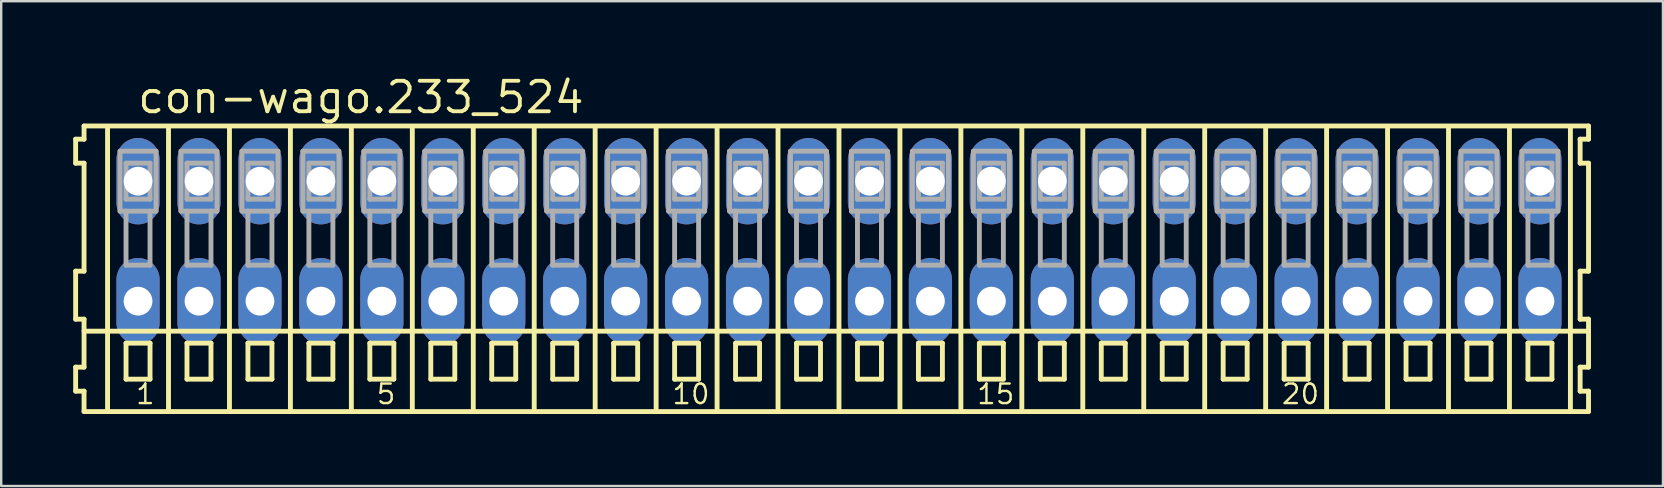
<source format=kicad_pcb>
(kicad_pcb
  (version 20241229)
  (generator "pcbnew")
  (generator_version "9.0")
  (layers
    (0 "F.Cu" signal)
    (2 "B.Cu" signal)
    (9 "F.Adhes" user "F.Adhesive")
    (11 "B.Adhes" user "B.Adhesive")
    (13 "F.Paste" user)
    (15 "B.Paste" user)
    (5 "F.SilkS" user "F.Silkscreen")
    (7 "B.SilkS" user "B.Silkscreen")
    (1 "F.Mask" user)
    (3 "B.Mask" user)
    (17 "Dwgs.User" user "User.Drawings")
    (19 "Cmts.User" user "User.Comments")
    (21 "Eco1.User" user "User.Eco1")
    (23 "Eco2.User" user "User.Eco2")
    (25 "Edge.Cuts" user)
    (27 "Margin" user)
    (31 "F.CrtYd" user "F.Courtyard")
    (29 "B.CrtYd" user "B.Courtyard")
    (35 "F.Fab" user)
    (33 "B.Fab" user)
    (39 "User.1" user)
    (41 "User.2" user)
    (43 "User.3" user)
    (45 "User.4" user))
  (footprint "con-wago.233_524"
    (layer "F.Cu")
    (at 31.912 7)
    (property "Reference" "con-wago.233_524" (at -29.31 -5.25 0) (layer "F.SilkS") (effects (font (size 1.27 1.27) (thickness 0.16)) (justify left bottom)))
    (attr through_hole)
    (fp_line (start -31.81 -4.25) (end -31.81 -3.25) (stroke (width 0.203) (type default)) (layer "F.SilkS"))
    (fp_line (start -31.81 -3.25) (end -31.46 -3.25) (stroke (width 0.203) (type default)) (layer "F.SilkS"))
    (fp_line (start -31.81 1.25) (end -31.81 3.25) (stroke (width 0.203) (type default)) (layer "F.SilkS"))
    (fp_line (start -31.81 3.25) (end -31.46 3.25) (stroke (width 0.203) (type default)) (layer "F.SilkS"))
    (fp_line (start -31.81 5.25) (end -31.81 6.25) (stroke (width 0.203) (type default)) (layer "F.SilkS"))
    (fp_line (start -31.81 6.25) (end -31.46 6.25) (stroke (width 0.203) (type default)) (layer "F.SilkS"))
    (fp_line (start -31.46 -4.8) (end -31.46 -4.25) (stroke (width 0.203) (type default)) (layer "F.SilkS"))
    (fp_line (start -31.46 -4.25) (end -31.81 -4.25) (stroke (width 0.203) (type default)) (layer "F.SilkS"))
    (fp_line (start -31.46 -3.25) (end -31.46 1.25) (stroke (width 0.203) (type default)) (layer "F.SilkS"))
    (fp_line (start -31.46 1.25) (end -31.81 1.25) (stroke (width 0.203) (type default)) (layer "F.SilkS"))
    (fp_line (start -31.46 3.25) (end -31.46 5.25) (stroke (width 0.203) (type default)) (layer "F.SilkS"))
    (fp_line (start -31.46 3.75) (end 31.235 3.75) (stroke (width 0.203) (type default)) (layer "F.SilkS"))
    (fp_line (start -31.46 5.25) (end -31.81 5.25) (stroke (width 0.203) (type default)) (layer "F.SilkS"))
    (fp_line (start -31.46 6.25) (end -31.46 7.1) (stroke (width 0.203) (type default)) (layer "F.SilkS"))
    (fp_line (start -31.46 7.1) (end 31.235 7.1) (stroke (width 0.203) (type default)) (layer "F.SilkS"))
    (fp_line (start -30.48 6.985) (end -30.48 -4.699) (stroke (width 0.203) (type default)) (layer "F.SilkS"))
    (fp_line (start -29.71 4.25) (end -29.71 5.75) (stroke (width 0.203) (type default)) (layer "F.SilkS"))
    (fp_line (start -29.71 5.75) (end -28.71 5.75) (stroke (width 0.203) (type default)) (layer "F.SilkS"))
    (fp_line (start -28.71 4.25) (end -29.71 4.25) (stroke (width 0.203) (type default)) (layer "F.SilkS"))
    (fp_line (start -28.71 5.75) (end -28.71 4.25) (stroke (width 0.203) (type default)) (layer "F.SilkS"))
    (fp_line (start -27.94 6.985) (end -27.94 -4.699) (stroke (width 0.203) (type default)) (layer "F.SilkS"))
    (fp_line (start -27.17 4.25) (end -27.17 5.75) (stroke (width 0.203) (type default)) (layer "F.SilkS"))
    (fp_line (start -27.17 5.75) (end -26.17 5.75) (stroke (width 0.203) (type default)) (layer "F.SilkS"))
    (fp_line (start -26.17 4.25) (end -27.17 4.25) (stroke (width 0.203) (type default)) (layer "F.SilkS"))
    (fp_line (start -26.17 5.75) (end -26.17 4.25) (stroke (width 0.203) (type default)) (layer "F.SilkS"))
    (fp_line (start -25.4 6.985) (end -25.4 -4.699) (stroke (width 0.203) (type default)) (layer "F.SilkS"))
    (fp_line (start -24.63 4.25) (end -24.63 5.75) (stroke (width 0.203) (type default)) (layer "F.SilkS"))
    (fp_line (start -24.63 5.75) (end -23.63 5.75) (stroke (width 0.203) (type default)) (layer "F.SilkS"))
    (fp_line (start -23.63 4.25) (end -24.63 4.25) (stroke (width 0.203) (type default)) (layer "F.SilkS"))
    (fp_line (start -23.63 5.75) (end -23.63 4.25) (stroke (width 0.203) (type default)) (layer "F.SilkS"))
    (fp_line (start -22.86 6.985) (end -22.86 -4.699) (stroke (width 0.203) (type default)) (layer "F.SilkS"))
    (fp_line (start -22.09 4.25) (end -22.09 5.75) (stroke (width 0.203) (type default)) (layer "F.SilkS"))
    (fp_line (start -22.09 5.75) (end -21.09 5.75) (stroke (width 0.203) (type default)) (layer "F.SilkS"))
    (fp_line (start -21.09 4.25) (end -22.09 4.25) (stroke (width 0.203) (type default)) (layer "F.SilkS"))
    (fp_line (start -21.09 5.75) (end -21.09 4.25) (stroke (width 0.203) (type default)) (layer "F.SilkS"))
    (fp_line (start -20.32 6.985) (end -20.32 -4.699) (stroke (width 0.203) (type default)) (layer "F.SilkS"))
    (fp_line (start -19.55 4.25) (end -19.55 5.75) (stroke (width 0.203) (type default)) (layer "F.SilkS"))
    (fp_line (start -19.55 5.75) (end -18.55 5.75) (stroke (width 0.203) (type default)) (layer "F.SilkS"))
    (fp_line (start -18.55 4.25) (end -19.55 4.25) (stroke (width 0.203) (type default)) (layer "F.SilkS"))
    (fp_line (start -18.55 5.75) (end -18.55 4.25) (stroke (width 0.203) (type default)) (layer "F.SilkS"))
    (fp_line (start -17.78 6.985) (end -17.78 -4.699) (stroke (width 0.203) (type default)) (layer "F.SilkS"))
    (fp_line (start -17.01 4.25) (end -17.01 5.75) (stroke (width 0.203) (type default)) (layer "F.SilkS"))
    (fp_line (start -17.01 5.75) (end -16.01 5.75) (stroke (width 0.203) (type default)) (layer "F.SilkS"))
    (fp_line (start -16.01 4.25) (end -17.01 4.25) (stroke (width 0.203) (type default)) (layer "F.SilkS"))
    (fp_line (start -16.01 5.75) (end -16.01 4.25) (stroke (width 0.203) (type default)) (layer "F.SilkS"))
    (fp_line (start -15.24 6.985) (end -15.24 -4.699) (stroke (width 0.203) (type default)) (layer "F.SilkS"))
    (fp_line (start -14.47 4.25) (end -14.47 5.75) (stroke (width 0.203) (type default)) (layer "F.SilkS"))
    (fp_line (start -14.47 5.75) (end -13.47 5.75) (stroke (width 0.203) (type default)) (layer "F.SilkS"))
    (fp_line (start -13.47 4.25) (end -14.47 4.25) (stroke (width 0.203) (type default)) (layer "F.SilkS"))
    (fp_line (start -13.47 5.75) (end -13.47 4.25) (stroke (width 0.203) (type default)) (layer "F.SilkS"))
    (fp_line (start -12.7 6.985) (end -12.7 -4.699) (stroke (width 0.203) (type default)) (layer "F.SilkS"))
    (fp_line (start -11.93 4.25) (end -11.93 5.75) (stroke (width 0.203) (type default)) (layer "F.SilkS"))
    (fp_line (start -11.93 5.75) (end -10.93 5.75) (stroke (width 0.203) (type default)) (layer "F.SilkS"))
    (fp_line (start -10.93 4.25) (end -11.93 4.25) (stroke (width 0.203) (type default)) (layer "F.SilkS"))
    (fp_line (start -10.93 5.75) (end -10.93 4.25) (stroke (width 0.203) (type default)) (layer "F.SilkS"))
    (fp_line (start -10.16 6.985) (end -10.16 -4.699) (stroke (width 0.203) (type default)) (layer "F.SilkS"))
    (fp_line (start -9.39 4.25) (end -9.39 5.75) (stroke (width 0.203) (type default)) (layer "F.SilkS"))
    (fp_line (start -9.39 5.75) (end -8.39 5.75) (stroke (width 0.203) (type default)) (layer "F.SilkS"))
    (fp_line (start -8.39 4.25) (end -9.39 4.25) (stroke (width 0.203) (type default)) (layer "F.SilkS"))
    (fp_line (start -8.39 5.75) (end -8.39 4.25) (stroke (width 0.203) (type default)) (layer "F.SilkS"))
    (fp_line (start -7.62 6.985) (end -7.62 -4.699) (stroke (width 0.203) (type default)) (layer "F.SilkS"))
    (fp_line (start -6.85 4.25) (end -6.85 5.75) (stroke (width 0.203) (type default)) (layer "F.SilkS"))
    (fp_line (start -6.85 5.75) (end -5.85 5.75) (stroke (width 0.203) (type default)) (layer "F.SilkS"))
    (fp_line (start -5.85 4.25) (end -6.85 4.25) (stroke (width 0.203) (type default)) (layer "F.SilkS"))
    (fp_line (start -5.85 5.75) (end -5.85 4.25) (stroke (width 0.203) (type default)) (layer "F.SilkS"))
    (fp_line (start -5.08 6.985) (end -5.08 -4.699) (stroke (width 0.203) (type default)) (layer "F.SilkS"))
    (fp_line (start -4.31 4.25) (end -4.31 5.75) (stroke (width 0.203) (type default)) (layer "F.SilkS"))
    (fp_line (start -4.31 5.75) (end -3.31 5.75) (stroke (width 0.203) (type default)) (layer "F.SilkS"))
    (fp_line (start -3.31 4.25) (end -4.31 4.25) (stroke (width 0.203) (type default)) (layer "F.SilkS"))
    (fp_line (start -3.31 5.75) (end -3.31 4.25) (stroke (width 0.203) (type default)) (layer "F.SilkS"))
    (fp_line (start -2.54 6.985) (end -2.54 -4.699) (stroke (width 0.203) (type default)) (layer "F.SilkS"))
    (fp_line (start -1.77 4.25) (end -1.77 5.75) (stroke (width 0.203) (type default)) (layer "F.SilkS"))
    (fp_line (start -1.77 5.75) (end -0.77 5.75) (stroke (width 0.203) (type default)) (layer "F.SilkS"))
    (fp_line (start -0.77 4.25) (end -1.77 4.25) (stroke (width 0.203) (type default)) (layer "F.SilkS"))
    (fp_line (start -0.77 5.75) (end -0.77 4.25) (stroke (width 0.203) (type default)) (layer "F.SilkS"))
    (fp_line (start 0 6.985) (end 0 -4.699) (stroke (width 0.203) (type default)) (layer "F.SilkS"))
    (fp_line (start 0.77 4.25) (end 0.77 5.75) (stroke (width 0.203) (type default)) (layer "F.SilkS"))
    (fp_line (start 0.77 5.75) (end 1.77 5.75) (stroke (width 0.203) (type default)) (layer "F.SilkS"))
    (fp_line (start 1.77 4.25) (end 0.77 4.25) (stroke (width 0.203) (type default)) (layer "F.SilkS"))
    (fp_line (start 1.77 5.75) (end 1.77 4.25) (stroke (width 0.203) (type default)) (layer "F.SilkS"))
    (fp_line (start 2.54 6.985) (end 2.54 -4.699) (stroke (width 0.203) (type default)) (layer "F.SilkS"))
    (fp_line (start 3.31 4.25) (end 3.31 5.75) (stroke (width 0.203) (type default)) (layer "F.SilkS"))
    (fp_line (start 3.31 5.75) (end 4.31 5.75) (stroke (width 0.203) (type default)) (layer "F.SilkS"))
    (fp_line (start 4.31 4.25) (end 3.31 4.25) (stroke (width 0.203) (type default)) (layer "F.SilkS"))
    (fp_line (start 4.31 5.75) (end 4.31 4.25) (stroke (width 0.203) (type default)) (layer "F.SilkS"))
    (fp_line (start 5.08 6.985) (end 5.08 -4.699) (stroke (width 0.203) (type default)) (layer "F.SilkS"))
    (fp_line (start 5.85 4.25) (end 5.85 5.75) (stroke (width 0.203) (type default)) (layer "F.SilkS"))
    (fp_line (start 5.85 5.75) (end 6.85 5.75) (stroke (width 0.203) (type default)) (layer "F.SilkS"))
    (fp_line (start 6.85 4.25) (end 5.85 4.25) (stroke (width 0.203) (type default)) (layer "F.SilkS"))
    (fp_line (start 6.85 5.75) (end 6.85 4.25) (stroke (width 0.203) (type default)) (layer "F.SilkS"))
    (fp_line (start 7.62 6.985) (end 7.62 -4.699) (stroke (width 0.203) (type default)) (layer "F.SilkS"))
    (fp_line (start 8.39 4.25) (end 8.39 5.75) (stroke (width 0.203) (type default)) (layer "F.SilkS"))
    (fp_line (start 8.39 5.75) (end 9.39 5.75) (stroke (width 0.203) (type default)) (layer "F.SilkS"))
    (fp_line (start 9.39 4.25) (end 8.39 4.25) (stroke (width 0.203) (type default)) (layer "F.SilkS"))
    (fp_line (start 9.39 5.75) (end 9.39 4.25) (stroke (width 0.203) (type default)) (layer "F.SilkS"))
    (fp_line (start 10.16 6.985) (end 10.16 -4.699) (stroke (width 0.203) (type default)) (layer "F.SilkS"))
    (fp_line (start 10.93 4.25) (end 10.93 5.75) (stroke (width 0.203) (type default)) (layer "F.SilkS"))
    (fp_line (start 10.93 5.75) (end 11.93 5.75) (stroke (width 0.203) (type default)) (layer "F.SilkS"))
    (fp_line (start 11.93 4.25) (end 10.93 4.25) (stroke (width 0.203) (type default)) (layer "F.SilkS"))
    (fp_line (start 11.93 5.75) (end 11.93 4.25) (stroke (width 0.203) (type default)) (layer "F.SilkS"))
    (fp_line (start 12.7 6.985) (end 12.7 -4.699) (stroke (width 0.203) (type default)) (layer "F.SilkS"))
    (fp_line (start 13.47 4.25) (end 13.47 5.75) (stroke (width 0.203) (type default)) (layer "F.SilkS"))
    (fp_line (start 13.47 5.75) (end 14.47 5.75) (stroke (width 0.203) (type default)) (layer "F.SilkS"))
    (fp_line (start 14.47 4.25) (end 13.47 4.25) (stroke (width 0.203) (type default)) (layer "F.SilkS"))
    (fp_line (start 14.47 5.75) (end 14.47 4.25) (stroke (width 0.203) (type default)) (layer "F.SilkS"))
    (fp_line (start 15.24 6.985) (end 15.24 -4.699) (stroke (width 0.203) (type default)) (layer "F.SilkS"))
    (fp_line (start 16.01 4.25) (end 16.01 5.75) (stroke (width 0.203) (type default)) (layer "F.SilkS"))
    (fp_line (start 16.01 5.75) (end 17.01 5.75) (stroke (width 0.203) (type default)) (layer "F.SilkS"))
    (fp_line (start 17.01 4.25) (end 16.01 4.25) (stroke (width 0.203) (type default)) (layer "F.SilkS"))
    (fp_line (start 17.01 5.75) (end 17.01 4.25) (stroke (width 0.203) (type default)) (layer "F.SilkS"))
    (fp_line (start 17.78 6.985) (end 17.78 -4.699) (stroke (width 0.203) (type default)) (layer "F.SilkS"))
    (fp_line (start 18.55 4.25) (end 18.55 5.75) (stroke (width 0.203) (type default)) (layer "F.SilkS"))
    (fp_line (start 18.55 5.75) (end 19.55 5.75) (stroke (width 0.203) (type default)) (layer "F.SilkS"))
    (fp_line (start 19.55 4.25) (end 18.55 4.25) (stroke (width 0.203) (type default)) (layer "F.SilkS"))
    (fp_line (start 19.55 5.75) (end 19.55 4.25) (stroke (width 0.203) (type default)) (layer "F.SilkS"))
    (fp_line (start 20.32 6.985) (end 20.32 -4.699) (stroke (width 0.203) (type default)) (layer "F.SilkS"))
    (fp_line (start 21.09 4.25) (end 21.09 5.75) (stroke (width 0.203) (type default)) (layer "F.SilkS"))
    (fp_line (start 21.09 5.75) (end 22.09 5.75) (stroke (width 0.203) (type default)) (layer "F.SilkS"))
    (fp_line (start 22.09 4.25) (end 21.09 4.25) (stroke (width 0.203) (type default)) (layer "F.SilkS"))
    (fp_line (start 22.09 5.75) (end 22.09 4.25) (stroke (width 0.203) (type default)) (layer "F.SilkS"))
    (fp_line (start 22.86 6.985) (end 22.86 -4.699) (stroke (width 0.203) (type default)) (layer "F.SilkS"))
    (fp_line (start 23.63 4.25) (end 23.63 5.75) (stroke (width 0.203) (type default)) (layer "F.SilkS"))
    (fp_line (start 23.63 5.75) (end 24.63 5.75) (stroke (width 0.203) (type default)) (layer "F.SilkS"))
    (fp_line (start 24.63 4.25) (end 23.63 4.25) (stroke (width 0.203) (type default)) (layer "F.SilkS"))
    (fp_line (start 24.63 5.75) (end 24.63 4.25) (stroke (width 0.203) (type default)) (layer "F.SilkS"))
    (fp_line (start 25.4 6.985) (end 25.4 -4.699) (stroke (width 0.203) (type default)) (layer "F.SilkS"))
    (fp_line (start 26.17 4.25) (end 26.17 5.75) (stroke (width 0.203) (type default)) (layer "F.SilkS"))
    (fp_line (start 26.17 5.75) (end 27.17 5.75) (stroke (width 0.203) (type default)) (layer "F.SilkS"))
    (fp_line (start 27.17 4.25) (end 26.17 4.25) (stroke (width 0.203) (type default)) (layer "F.SilkS"))
    (fp_line (start 27.17 5.75) (end 27.17 4.25) (stroke (width 0.203) (type default)) (layer "F.SilkS"))
    (fp_line (start 27.94 6.985) (end 27.94 -4.699) (stroke (width 0.203) (type default)) (layer "F.SilkS"))
    (fp_line (start 28.71 4.25) (end 28.71 5.75) (stroke (width 0.203) (type default)) (layer "F.SilkS"))
    (fp_line (start 28.71 5.75) (end 29.71 5.75) (stroke (width 0.203) (type default)) (layer "F.SilkS"))
    (fp_line (start 29.71 4.25) (end 28.71 4.25) (stroke (width 0.203) (type default)) (layer "F.SilkS"))
    (fp_line (start 29.71 5.75) (end 29.71 4.25) (stroke (width 0.203) (type default)) (layer "F.SilkS"))
    (fp_line (start 30.48 6.985) (end 30.48 -4.699) (stroke (width 0.203) (type default)) (layer "F.SilkS"))
    (fp_line (start 30.885 -4.25) (end 30.885 -3.25) (stroke (width 0.203) (type default)) (layer "F.SilkS"))
    (fp_line (start 30.885 -3.25) (end 31.235 -3.25) (stroke (width 0.203) (type default)) (layer "F.SilkS"))
    (fp_line (start 30.885 1.25) (end 30.885 3.25) (stroke (width 0.203) (type default)) (layer "F.SilkS"))
    (fp_line (start 30.885 3.25) (end 31.235 3.25) (stroke (width 0.203) (type default)) (layer "F.SilkS"))
    (fp_line (start 30.885 5.25) (end 30.885 6.25) (stroke (width 0.203) (type default)) (layer "F.SilkS"))
    (fp_line (start 30.885 6.25) (end 31.235 6.25) (stroke (width 0.203) (type default)) (layer "F.SilkS"))
    (fp_line (start 31.235 -4.8) (end -31.46 -4.8) (stroke (width 0.203) (type default)) (layer "F.SilkS"))
    (fp_line (start 31.235 -4.25) (end 30.885 -4.25) (stroke (width 0.203) (type default)) (layer "F.SilkS"))
    (fp_line (start 31.235 -4.25) (end 31.235 -4.8) (stroke (width 0.203) (type default)) (layer "F.SilkS"))
    (fp_line (start 31.235 1.25) (end 30.885 1.25) (stroke (width 0.203) (type default)) (layer "F.SilkS"))
    (fp_line (start 31.235 1.25) (end 31.235 -3.25) (stroke (width 0.203) (type default)) (layer "F.SilkS"))
    (fp_line (start 31.235 3.75) (end 31.235 3.25) (stroke (width 0.203) (type default)) (layer "F.SilkS"))
    (fp_line (start 31.235 5.25) (end 30.885 5.25) (stroke (width 0.203) (type default)) (layer "F.SilkS"))
    (fp_line (start 31.235 5.25) (end 31.235 3.75) (stroke (width 0.203) (type default)) (layer "F.SilkS"))
    (fp_line (start 31.235 7.1) (end 31.235 6.25) (stroke (width 0.203) (type default)) (layer "F.SilkS"))
    (fp_line (start -29.96 -3.75) (end -29.96 -1.25) (stroke (width 0.203) (type default)) (layer "F.Fab"))
    (fp_line (start -29.96 -1.25) (end -29.71 -1.25) (stroke (width 0.203) (type default)) (layer "F.Fab"))
    (fp_line (start -29.71 -3.25) (end -29.71 -1.75) (stroke (width 0.203) (type default)) (layer "F.Fab"))
    (fp_line (start -29.71 -1.75) (end -28.71 -1.75) (stroke (width 0.203) (type default)) (layer "F.Fab"))
    (fp_line (start -29.71 -1.25) (end -29.71 1) (stroke (width 0.203) (type default)) (layer "F.Fab"))
    (fp_line (start -29.71 -1.25) (end -28.71 -1.25) (stroke (width 0.203) (type default)) (layer "F.Fab"))
    (fp_line (start -29.71 1) (end -28.71 1) (stroke (width 0.203) (type default)) (layer "F.Fab"))
    (fp_line (start -28.71 -3.25) (end -29.71 -3.25) (stroke (width 0.203) (type default)) (layer "F.Fab"))
    (fp_line (start -28.71 -1.75) (end -28.71 -3.25) (stroke (width 0.203) (type default)) (layer "F.Fab"))
    (fp_line (start -28.71 -1.25) (end -28.46 -1.25) (stroke (width 0.203) (type default)) (layer "F.Fab"))
    (fp_line (start -28.71 1) (end -28.71 -1.25) (stroke (width 0.203) (type default)) (layer "F.Fab"))
    (fp_line (start -28.46 -3.75) (end -29.96 -3.75) (stroke (width 0.203) (type default)) (layer "F.Fab"))
    (fp_line (start -28.46 -1.25) (end -28.46 -3.75) (stroke (width 0.203) (type default)) (layer "F.Fab"))
    (fp_line (start -27.42 -3.75) (end -27.42 -1.25) (stroke (width 0.203) (type default)) (layer "F.Fab"))
    (fp_line (start -27.42 -1.25) (end -27.17 -1.25) (stroke (width 0.203) (type default)) (layer "F.Fab"))
    (fp_line (start -27.17 -3.25) (end -27.17 -1.75) (stroke (width 0.203) (type default)) (layer "F.Fab"))
    (fp_line (start -27.17 -1.75) (end -26.17 -1.75) (stroke (width 0.203) (type default)) (layer "F.Fab"))
    (fp_line (start -27.17 -1.25) (end -27.17 1) (stroke (width 0.203) (type default)) (layer "F.Fab"))
    (fp_line (start -27.17 -1.25) (end -26.17 -1.25) (stroke (width 0.203) (type default)) (layer "F.Fab"))
    (fp_line (start -27.17 1) (end -26.17 1) (stroke (width 0.203) (type default)) (layer "F.Fab"))
    (fp_line (start -26.17 -3.25) (end -27.17 -3.25) (stroke (width 0.203) (type default)) (layer "F.Fab"))
    (fp_line (start -26.17 -1.75) (end -26.17 -3.25) (stroke (width 0.203) (type default)) (layer "F.Fab"))
    (fp_line (start -26.17 -1.25) (end -25.92 -1.25) (stroke (width 0.203) (type default)) (layer "F.Fab"))
    (fp_line (start -26.17 1) (end -26.17 -1.25) (stroke (width 0.203) (type default)) (layer "F.Fab"))
    (fp_line (start -25.92 -3.75) (end -27.42 -3.75) (stroke (width 0.203) (type default)) (layer "F.Fab"))
    (fp_line (start -25.92 -1.25) (end -25.92 -3.75) (stroke (width 0.203) (type default)) (layer "F.Fab"))
    (fp_line (start -24.88 -3.75) (end -24.88 -1.25) (stroke (width 0.203) (type default)) (layer "F.Fab"))
    (fp_line (start -24.88 -1.25) (end -24.63 -1.25) (stroke (width 0.203) (type default)) (layer "F.Fab"))
    (fp_line (start -24.63 -3.25) (end -24.63 -1.75) (stroke (width 0.203) (type default)) (layer "F.Fab"))
    (fp_line (start -24.63 -1.75) (end -23.63 -1.75) (stroke (width 0.203) (type default)) (layer "F.Fab"))
    (fp_line (start -24.63 -1.25) (end -24.63 1) (stroke (width 0.203) (type default)) (layer "F.Fab"))
    (fp_line (start -24.63 -1.25) (end -23.63 -1.25) (stroke (width 0.203) (type default)) (layer "F.Fab"))
    (fp_line (start -24.63 1) (end -23.63 1) (stroke (width 0.203) (type default)) (layer "F.Fab"))
    (fp_line (start -23.63 -3.25) (end -24.63 -3.25) (stroke (width 0.203) (type default)) (layer "F.Fab"))
    (fp_line (start -23.63 -1.75) (end -23.63 -3.25) (stroke (width 0.203) (type default)) (layer "F.Fab"))
    (fp_line (start -23.63 -1.25) (end -23.38 -1.25) (stroke (width 0.203) (type default)) (layer "F.Fab"))
    (fp_line (start -23.63 1) (end -23.63 -1.25) (stroke (width 0.203) (type default)) (layer "F.Fab"))
    (fp_line (start -23.38 -3.75) (end -24.88 -3.75) (stroke (width 0.203) (type default)) (layer "F.Fab"))
    (fp_line (start -23.38 -1.25) (end -23.38 -3.75) (stroke (width 0.203) (type default)) (layer "F.Fab"))
    (fp_line (start -22.34 -3.75) (end -22.34 -1.25) (stroke (width 0.203) (type default)) (layer "F.Fab"))
    (fp_line (start -22.34 -1.25) (end -22.09 -1.25) (stroke (width 0.203) (type default)) (layer "F.Fab"))
    (fp_line (start -22.09 -3.25) (end -22.09 -1.75) (stroke (width 0.203) (type default)) (layer "F.Fab"))
    (fp_line (start -22.09 -1.75) (end -21.09 -1.75) (stroke (width 0.203) (type default)) (layer "F.Fab"))
    (fp_line (start -22.09 -1.25) (end -22.09 1) (stroke (width 0.203) (type default)) (layer "F.Fab"))
    (fp_line (start -22.09 -1.25) (end -21.09 -1.25) (stroke (width 0.203) (type default)) (layer "F.Fab"))
    (fp_line (start -22.09 1) (end -21.09 1) (stroke (width 0.203) (type default)) (layer "F.Fab"))
    (fp_line (start -21.09 -3.25) (end -22.09 -3.25) (stroke (width 0.203) (type default)) (layer "F.Fab"))
    (fp_line (start -21.09 -1.75) (end -21.09 -3.25) (stroke (width 0.203) (type default)) (layer "F.Fab"))
    (fp_line (start -21.09 -1.25) (end -20.84 -1.25) (stroke (width 0.203) (type default)) (layer "F.Fab"))
    (fp_line (start -21.09 1) (end -21.09 -1.25) (stroke (width 0.203) (type default)) (layer "F.Fab"))
    (fp_line (start -20.84 -3.75) (end -22.34 -3.75) (stroke (width 0.203) (type default)) (layer "F.Fab"))
    (fp_line (start -20.84 -1.25) (end -20.84 -3.75) (stroke (width 0.203) (type default)) (layer "F.Fab"))
    (fp_line (start -19.8 -3.75) (end -19.8 -1.25) (stroke (width 0.203) (type default)) (layer "F.Fab"))
    (fp_line (start -19.8 -1.25) (end -19.55 -1.25) (stroke (width 0.203) (type default)) (layer "F.Fab"))
    (fp_line (start -19.55 -3.25) (end -19.55 -1.75) (stroke (width 0.203) (type default)) (layer "F.Fab"))
    (fp_line (start -19.55 -1.75) (end -18.55 -1.75) (stroke (width 0.203) (type default)) (layer "F.Fab"))
    (fp_line (start -19.55 -1.25) (end -19.55 1) (stroke (width 0.203) (type default)) (layer "F.Fab"))
    (fp_line (start -19.55 -1.25) (end -18.55 -1.25) (stroke (width 0.203) (type default)) (layer "F.Fab"))
    (fp_line (start -19.55 1) (end -18.55 1) (stroke (width 0.203) (type default)) (layer "F.Fab"))
    (fp_line (start -18.55 -3.25) (end -19.55 -3.25) (stroke (width 0.203) (type default)) (layer "F.Fab"))
    (fp_line (start -18.55 -1.75) (end -18.55 -3.25) (stroke (width 0.203) (type default)) (layer "F.Fab"))
    (fp_line (start -18.55 -1.25) (end -18.3 -1.25) (stroke (width 0.203) (type default)) (layer "F.Fab"))
    (fp_line (start -18.55 1) (end -18.55 -1.25) (stroke (width 0.203) (type default)) (layer "F.Fab"))
    (fp_line (start -18.3 -3.75) (end -19.8 -3.75) (stroke (width 0.203) (type default)) (layer "F.Fab"))
    (fp_line (start -18.3 -1.25) (end -18.3 -3.75) (stroke (width 0.203) (type default)) (layer "F.Fab"))
    (fp_line (start -17.26 -3.75) (end -17.26 -1.25) (stroke (width 0.203) (type default)) (layer "F.Fab"))
    (fp_line (start -17.26 -1.25) (end -17.01 -1.25) (stroke (width 0.203) (type default)) (layer "F.Fab"))
    (fp_line (start -17.01 -3.25) (end -17.01 -1.75) (stroke (width 0.203) (type default)) (layer "F.Fab"))
    (fp_line (start -17.01 -1.75) (end -16.01 -1.75) (stroke (width 0.203) (type default)) (layer "F.Fab"))
    (fp_line (start -17.01 -1.25) (end -17.01 1) (stroke (width 0.203) (type default)) (layer "F.Fab"))
    (fp_line (start -17.01 -1.25) (end -16.01 -1.25) (stroke (width 0.203) (type default)) (layer "F.Fab"))
    (fp_line (start -17.01 1) (end -16.01 1) (stroke (width 0.203) (type default)) (layer "F.Fab"))
    (fp_line (start -16.01 -3.25) (end -17.01 -3.25) (stroke (width 0.203) (type default)) (layer "F.Fab"))
    (fp_line (start -16.01 -1.75) (end -16.01 -3.25) (stroke (width 0.203) (type default)) (layer "F.Fab"))
    (fp_line (start -16.01 -1.25) (end -15.76 -1.25) (stroke (width 0.203) (type default)) (layer "F.Fab"))
    (fp_line (start -16.01 1) (end -16.01 -1.25) (stroke (width 0.203) (type default)) (layer "F.Fab"))
    (fp_line (start -15.76 -3.75) (end -17.26 -3.75) (stroke (width 0.203) (type default)) (layer "F.Fab"))
    (fp_line (start -15.76 -1.25) (end -15.76 -3.75) (stroke (width 0.203) (type default)) (layer "F.Fab"))
    (fp_line (start -14.72 -3.75) (end -14.72 -1.25) (stroke (width 0.203) (type default)) (layer "F.Fab"))
    (fp_line (start -14.72 -1.25) (end -14.47 -1.25) (stroke (width 0.203) (type default)) (layer "F.Fab"))
    (fp_line (start -14.47 -3.25) (end -14.47 -1.75) (stroke (width 0.203) (type default)) (layer "F.Fab"))
    (fp_line (start -14.47 -1.75) (end -13.47 -1.75) (stroke (width 0.203) (type default)) (layer "F.Fab"))
    (fp_line (start -14.47 -1.25) (end -14.47 1) (stroke (width 0.203) (type default)) (layer "F.Fab"))
    (fp_line (start -14.47 -1.25) (end -13.47 -1.25) (stroke (width 0.203) (type default)) (layer "F.Fab"))
    (fp_line (start -14.47 1) (end -13.47 1) (stroke (width 0.203) (type default)) (layer "F.Fab"))
    (fp_line (start -13.47 -3.25) (end -14.47 -3.25) (stroke (width 0.203) (type default)) (layer "F.Fab"))
    (fp_line (start -13.47 -1.75) (end -13.47 -3.25) (stroke (width 0.203) (type default)) (layer "F.Fab"))
    (fp_line (start -13.47 -1.25) (end -13.22 -1.25) (stroke (width 0.203) (type default)) (layer "F.Fab"))
    (fp_line (start -13.47 1) (end -13.47 -1.25) (stroke (width 0.203) (type default)) (layer "F.Fab"))
    (fp_line (start -13.22 -3.75) (end -14.72 -3.75) (stroke (width 0.203) (type default)) (layer "F.Fab"))
    (fp_line (start -13.22 -1.25) (end -13.22 -3.75) (stroke (width 0.203) (type default)) (layer "F.Fab"))
    (fp_line (start -12.18 -3.75) (end -12.18 -1.25) (stroke (width 0.203) (type default)) (layer "F.Fab"))
    (fp_line (start -12.18 -1.25) (end -11.93 -1.25) (stroke (width 0.203) (type default)) (layer "F.Fab"))
    (fp_line (start -11.93 -3.25) (end -11.93 -1.75) (stroke (width 0.203) (type default)) (layer "F.Fab"))
    (fp_line (start -11.93 -1.75) (end -10.93 -1.75) (stroke (width 0.203) (type default)) (layer "F.Fab"))
    (fp_line (start -11.93 -1.25) (end -11.93 1) (stroke (width 0.203) (type default)) (layer "F.Fab"))
    (fp_line (start -11.93 -1.25) (end -10.93 -1.25) (stroke (width 0.203) (type default)) (layer "F.Fab"))
    (fp_line (start -11.93 1) (end -10.93 1) (stroke (width 0.203) (type default)) (layer "F.Fab"))
    (fp_line (start -10.93 -3.25) (end -11.93 -3.25) (stroke (width 0.203) (type default)) (layer "F.Fab"))
    (fp_line (start -10.93 -1.75) (end -10.93 -3.25) (stroke (width 0.203) (type default)) (layer "F.Fab"))
    (fp_line (start -10.93 -1.25) (end -10.68 -1.25) (stroke (width 0.203) (type default)) (layer "F.Fab"))
    (fp_line (start -10.93 1) (end -10.93 -1.25) (stroke (width 0.203) (type default)) (layer "F.Fab"))
    (fp_line (start -10.68 -3.75) (end -12.18 -3.75) (stroke (width 0.203) (type default)) (layer "F.Fab"))
    (fp_line (start -10.68 -1.25) (end -10.68 -3.75) (stroke (width 0.203) (type default)) (layer "F.Fab"))
    (fp_line (start -9.64 -3.75) (end -9.64 -1.25) (stroke (width 0.203) (type default)) (layer "F.Fab"))
    (fp_line (start -9.64 -1.25) (end -9.39 -1.25) (stroke (width 0.203) (type default)) (layer "F.Fab"))
    (fp_line (start -9.39 -3.25) (end -9.39 -1.75) (stroke (width 0.203) (type default)) (layer "F.Fab"))
    (fp_line (start -9.39 -1.75) (end -8.39 -1.75) (stroke (width 0.203) (type default)) (layer "F.Fab"))
    (fp_line (start -9.39 -1.25) (end -9.39 1) (stroke (width 0.203) (type default)) (layer "F.Fab"))
    (fp_line (start -9.39 -1.25) (end -8.39 -1.25) (stroke (width 0.203) (type default)) (layer "F.Fab"))
    (fp_line (start -9.39 1) (end -8.39 1) (stroke (width 0.203) (type default)) (layer "F.Fab"))
    (fp_line (start -8.39 -3.25) (end -9.39 -3.25) (stroke (width 0.203) (type default)) (layer "F.Fab"))
    (fp_line (start -8.39 -1.75) (end -8.39 -3.25) (stroke (width 0.203) (type default)) (layer "F.Fab"))
    (fp_line (start -8.39 -1.25) (end -8.14 -1.25) (stroke (width 0.203) (type default)) (layer "F.Fab"))
    (fp_line (start -8.39 1) (end -8.39 -1.25) (stroke (width 0.203) (type default)) (layer "F.Fab"))
    (fp_line (start -8.14 -3.75) (end -9.64 -3.75) (stroke (width 0.203) (type default)) (layer "F.Fab"))
    (fp_line (start -8.14 -1.25) (end -8.14 -3.75) (stroke (width 0.203) (type default)) (layer "F.Fab"))
    (fp_line (start -7.1 -3.75) (end -7.1 -1.25) (stroke (width 0.203) (type default)) (layer "F.Fab"))
    (fp_line (start -7.1 -1.25) (end -6.85 -1.25) (stroke (width 0.203) (type default)) (layer "F.Fab"))
    (fp_line (start -6.85 -3.25) (end -6.85 -1.75) (stroke (width 0.203) (type default)) (layer "F.Fab"))
    (fp_line (start -6.85 -1.75) (end -5.85 -1.75) (stroke (width 0.203) (type default)) (layer "F.Fab"))
    (fp_line (start -6.85 -1.25) (end -6.85 1) (stroke (width 0.203) (type default)) (layer "F.Fab"))
    (fp_line (start -6.85 -1.25) (end -5.85 -1.25) (stroke (width 0.203) (type default)) (layer "F.Fab"))
    (fp_line (start -6.85 1) (end -5.85 1) (stroke (width 0.203) (type default)) (layer "F.Fab"))
    (fp_line (start -5.85 -3.25) (end -6.85 -3.25) (stroke (width 0.203) (type default)) (layer "F.Fab"))
    (fp_line (start -5.85 -1.75) (end -5.85 -3.25) (stroke (width 0.203) (type default)) (layer "F.Fab"))
    (fp_line (start -5.85 -1.25) (end -5.6 -1.25) (stroke (width 0.203) (type default)) (layer "F.Fab"))
    (fp_line (start -5.85 1) (end -5.85 -1.25) (stroke (width 0.203) (type default)) (layer "F.Fab"))
    (fp_line (start -5.6 -3.75) (end -7.1 -3.75) (stroke (width 0.203) (type default)) (layer "F.Fab"))
    (fp_line (start -5.6 -1.25) (end -5.6 -3.75) (stroke (width 0.203) (type default)) (layer "F.Fab"))
    (fp_line (start -4.56 -3.75) (end -4.56 -1.25) (stroke (width 0.203) (type default)) (layer "F.Fab"))
    (fp_line (start -4.56 -1.25) (end -4.31 -1.25) (stroke (width 0.203) (type default)) (layer "F.Fab"))
    (fp_line (start -4.31 -3.25) (end -4.31 -1.75) (stroke (width 0.203) (type default)) (layer "F.Fab"))
    (fp_line (start -4.31 -1.75) (end -3.31 -1.75) (stroke (width 0.203) (type default)) (layer "F.Fab"))
    (fp_line (start -4.31 -1.25) (end -4.31 1) (stroke (width 0.203) (type default)) (layer "F.Fab"))
    (fp_line (start -4.31 -1.25) (end -3.31 -1.25) (stroke (width 0.203) (type default)) (layer "F.Fab"))
    (fp_line (start -4.31 1) (end -3.31 1) (stroke (width 0.203) (type default)) (layer "F.Fab"))
    (fp_line (start -3.31 -3.25) (end -4.31 -3.25) (stroke (width 0.203) (type default)) (layer "F.Fab"))
    (fp_line (start -3.31 -1.75) (end -3.31 -3.25) (stroke (width 0.203) (type default)) (layer "F.Fab"))
    (fp_line (start -3.31 -1.25) (end -3.06 -1.25) (stroke (width 0.203) (type default)) (layer "F.Fab"))
    (fp_line (start -3.31 1) (end -3.31 -1.25) (stroke (width 0.203) (type default)) (layer "F.Fab"))
    (fp_line (start -3.06 -3.75) (end -4.56 -3.75) (stroke (width 0.203) (type default)) (layer "F.Fab"))
    (fp_line (start -3.06 -1.25) (end -3.06 -3.75) (stroke (width 0.203) (type default)) (layer "F.Fab"))
    (fp_line (start -2.02 -3.75) (end -2.02 -1.25) (stroke (width 0.203) (type default)) (layer "F.Fab"))
    (fp_line (start -2.02 -1.25) (end -1.77 -1.25) (stroke (width 0.203) (type default)) (layer "F.Fab"))
    (fp_line (start -1.77 -3.25) (end -1.77 -1.75) (stroke (width 0.203) (type default)) (layer "F.Fab"))
    (fp_line (start -1.77 -1.75) (end -0.77 -1.75) (stroke (width 0.203) (type default)) (layer "F.Fab"))
    (fp_line (start -1.77 -1.25) (end -1.77 1) (stroke (width 0.203) (type default)) (layer "F.Fab"))
    (fp_line (start -1.77 -1.25) (end -0.77 -1.25) (stroke (width 0.203) (type default)) (layer "F.Fab"))
    (fp_line (start -1.77 1) (end -0.77 1) (stroke (width 0.203) (type default)) (layer "F.Fab"))
    (fp_line (start -0.77 -3.25) (end -1.77 -3.25) (stroke (width 0.203) (type default)) (layer "F.Fab"))
    (fp_line (start -0.77 -1.75) (end -0.77 -3.25) (stroke (width 0.203) (type default)) (layer "F.Fab"))
    (fp_line (start -0.77 -1.25) (end -0.52 -1.25) (stroke (width 0.203) (type default)) (layer "F.Fab"))
    (fp_line (start -0.77 1) (end -0.77 -1.25) (stroke (width 0.203) (type default)) (layer "F.Fab"))
    (fp_line (start -0.52 -3.75) (end -2.02 -3.75) (stroke (width 0.203) (type default)) (layer "F.Fab"))
    (fp_line (start -0.52 -1.25) (end -0.52 -3.75) (stroke (width 0.203) (type default)) (layer "F.Fab"))
    (fp_line (start 0.52 -3.75) (end 0.52 -1.25) (stroke (width 0.203) (type default)) (layer "F.Fab"))
    (fp_line (start 0.52 -1.25) (end 0.77 -1.25) (stroke (width 0.203) (type default)) (layer "F.Fab"))
    (fp_line (start 0.77 -3.25) (end 0.77 -1.75) (stroke (width 0.203) (type default)) (layer "F.Fab"))
    (fp_line (start 0.77 -1.75) (end 1.77 -1.75) (stroke (width 0.203) (type default)) (layer "F.Fab"))
    (fp_line (start 0.77 -1.25) (end 0.77 1) (stroke (width 0.203) (type default)) (layer "F.Fab"))
    (fp_line (start 0.77 -1.25) (end 1.77 -1.25) (stroke (width 0.203) (type default)) (layer "F.Fab"))
    (fp_line (start 0.77 1) (end 1.77 1) (stroke (width 0.203) (type default)) (layer "F.Fab"))
    (fp_line (start 1.77 -3.25) (end 0.77 -3.25) (stroke (width 0.203) (type default)) (layer "F.Fab"))
    (fp_line (start 1.77 -1.75) (end 1.77 -3.25) (stroke (width 0.203) (type default)) (layer "F.Fab"))
    (fp_line (start 1.77 -1.25) (end 2.02 -1.25) (stroke (width 0.203) (type default)) (layer "F.Fab"))
    (fp_line (start 1.77 1) (end 1.77 -1.25) (stroke (width 0.203) (type default)) (layer "F.Fab"))
    (fp_line (start 2.02 -3.75) (end 0.52 -3.75) (stroke (width 0.203) (type default)) (layer "F.Fab"))
    (fp_line (start 2.02 -1.25) (end 2.02 -3.75) (stroke (width 0.203) (type default)) (layer "F.Fab"))
    (fp_line (start 3.06 -3.75) (end 3.06 -1.25) (stroke (width 0.203) (type default)) (layer "F.Fab"))
    (fp_line (start 3.06 -1.25) (end 3.31 -1.25) (stroke (width 0.203) (type default)) (layer "F.Fab"))
    (fp_line (start 3.31 -3.25) (end 3.31 -1.75) (stroke (width 0.203) (type default)) (layer "F.Fab"))
    (fp_line (start 3.31 -1.75) (end 4.31 -1.75) (stroke (width 0.203) (type default)) (layer "F.Fab"))
    (fp_line (start 3.31 -1.25) (end 3.31 1) (stroke (width 0.203) (type default)) (layer "F.Fab"))
    (fp_line (start 3.31 -1.25) (end 4.31 -1.25) (stroke (width 0.203) (type default)) (layer "F.Fab"))
    (fp_line (start 3.31 1) (end 4.31 1) (stroke (width 0.203) (type default)) (layer "F.Fab"))
    (fp_line (start 4.31 -3.25) (end 3.31 -3.25) (stroke (width 0.203) (type default)) (layer "F.Fab"))
    (fp_line (start 4.31 -1.75) (end 4.31 -3.25) (stroke (width 0.203) (type default)) (layer "F.Fab"))
    (fp_line (start 4.31 -1.25) (end 4.56 -1.25) (stroke (width 0.203) (type default)) (layer "F.Fab"))
    (fp_line (start 4.31 1) (end 4.31 -1.25) (stroke (width 0.203) (type default)) (layer "F.Fab"))
    (fp_line (start 4.56 -3.75) (end 3.06 -3.75) (stroke (width 0.203) (type default)) (layer "F.Fab"))
    (fp_line (start 4.56 -1.25) (end 4.56 -3.75) (stroke (width 0.203) (type default)) (layer "F.Fab"))
    (fp_line (start 5.6 -3.75) (end 5.6 -1.25) (stroke (width 0.203) (type default)) (layer "F.Fab"))
    (fp_line (start 5.6 -1.25) (end 5.85 -1.25) (stroke (width 0.203) (type default)) (layer "F.Fab"))
    (fp_line (start 5.85 -3.25) (end 5.85 -1.75) (stroke (width 0.203) (type default)) (layer "F.Fab"))
    (fp_line (start 5.85 -1.75) (end 6.85 -1.75) (stroke (width 0.203) (type default)) (layer "F.Fab"))
    (fp_line (start 5.85 -1.25) (end 5.85 1) (stroke (width 0.203) (type default)) (layer "F.Fab"))
    (fp_line (start 5.85 -1.25) (end 6.85 -1.25) (stroke (width 0.203) (type default)) (layer "F.Fab"))
    (fp_line (start 5.85 1) (end 6.85 1) (stroke (width 0.203) (type default)) (layer "F.Fab"))
    (fp_line (start 6.85 -3.25) (end 5.85 -3.25) (stroke (width 0.203) (type default)) (layer "F.Fab"))
    (fp_line (start 6.85 -1.75) (end 6.85 -3.25) (stroke (width 0.203) (type default)) (layer "F.Fab"))
    (fp_line (start 6.85 -1.25) (end 7.1 -1.25) (stroke (width 0.203) (type default)) (layer "F.Fab"))
    (fp_line (start 6.85 1) (end 6.85 -1.25) (stroke (width 0.203) (type default)) (layer "F.Fab"))
    (fp_line (start 7.1 -3.75) (end 5.6 -3.75) (stroke (width 0.203) (type default)) (layer "F.Fab"))
    (fp_line (start 7.1 -1.25) (end 7.1 -3.75) (stroke (width 0.203) (type default)) (layer "F.Fab"))
    (fp_line (start 8.14 -3.75) (end 8.14 -1.25) (stroke (width 0.203) (type default)) (layer "F.Fab"))
    (fp_line (start 8.14 -1.25) (end 8.39 -1.25) (stroke (width 0.203) (type default)) (layer "F.Fab"))
    (fp_line (start 8.39 -3.25) (end 8.39 -1.75) (stroke (width 0.203) (type default)) (layer "F.Fab"))
    (fp_line (start 8.39 -1.75) (end 9.39 -1.75) (stroke (width 0.203) (type default)) (layer "F.Fab"))
    (fp_line (start 8.39 -1.25) (end 8.39 1) (stroke (width 0.203) (type default)) (layer "F.Fab"))
    (fp_line (start 8.39 -1.25) (end 9.39 -1.25) (stroke (width 0.203) (type default)) (layer "F.Fab"))
    (fp_line (start 8.39 1) (end 9.39 1) (stroke (width 0.203) (type default)) (layer "F.Fab"))
    (fp_line (start 9.39 -3.25) (end 8.39 -3.25) (stroke (width 0.203) (type default)) (layer "F.Fab"))
    (fp_line (start 9.39 -1.75) (end 9.39 -3.25) (stroke (width 0.203) (type default)) (layer "F.Fab"))
    (fp_line (start 9.39 -1.25) (end 9.64 -1.25) (stroke (width 0.203) (type default)) (layer "F.Fab"))
    (fp_line (start 9.39 1) (end 9.39 -1.25) (stroke (width 0.203) (type default)) (layer "F.Fab"))
    (fp_line (start 9.64 -3.75) (end 8.14 -3.75) (stroke (width 0.203) (type default)) (layer "F.Fab"))
    (fp_line (start 9.64 -1.25) (end 9.64 -3.75) (stroke (width 0.203) (type default)) (layer "F.Fab"))
    (fp_line (start 10.68 -3.75) (end 10.68 -1.25) (stroke (width 0.203) (type default)) (layer "F.Fab"))
    (fp_line (start 10.68 -1.25) (end 10.93 -1.25) (stroke (width 0.203) (type default)) (layer "F.Fab"))
    (fp_line (start 10.93 -3.25) (end 10.93 -1.75) (stroke (width 0.203) (type default)) (layer "F.Fab"))
    (fp_line (start 10.93 -1.75) (end 11.93 -1.75) (stroke (width 0.203) (type default)) (layer "F.Fab"))
    (fp_line (start 10.93 -1.25) (end 10.93 1) (stroke (width 0.203) (type default)) (layer "F.Fab"))
    (fp_line (start 10.93 -1.25) (end 11.93 -1.25) (stroke (width 0.203) (type default)) (layer "F.Fab"))
    (fp_line (start 10.93 1) (end 11.93 1) (stroke (width 0.203) (type default)) (layer "F.Fab"))
    (fp_line (start 11.93 -3.25) (end 10.93 -3.25) (stroke (width 0.203) (type default)) (layer "F.Fab"))
    (fp_line (start 11.93 -1.75) (end 11.93 -3.25) (stroke (width 0.203) (type default)) (layer "F.Fab"))
    (fp_line (start 11.93 -1.25) (end 12.18 -1.25) (stroke (width 0.203) (type default)) (layer "F.Fab"))
    (fp_line (start 11.93 1) (end 11.93 -1.25) (stroke (width 0.203) (type default)) (layer "F.Fab"))
    (fp_line (start 12.18 -3.75) (end 10.68 -3.75) (stroke (width 0.203) (type default)) (layer "F.Fab"))
    (fp_line (start 12.18 -1.25) (end 12.18 -3.75) (stroke (width 0.203) (type default)) (layer "F.Fab"))
    (fp_line (start 13.22 -3.75) (end 13.22 -1.25) (stroke (width 0.203) (type default)) (layer "F.Fab"))
    (fp_line (start 13.22 -1.25) (end 13.47 -1.25) (stroke (width 0.203) (type default)) (layer "F.Fab"))
    (fp_line (start 13.47 -3.25) (end 13.47 -1.75) (stroke (width 0.203) (type default)) (layer "F.Fab"))
    (fp_line (start 13.47 -1.75) (end 14.47 -1.75) (stroke (width 0.203) (type default)) (layer "F.Fab"))
    (fp_line (start 13.47 -1.25) (end 13.47 1) (stroke (width 0.203) (type default)) (layer "F.Fab"))
    (fp_line (start 13.47 -1.25) (end 14.47 -1.25) (stroke (width 0.203) (type default)) (layer "F.Fab"))
    (fp_line (start 13.47 1) (end 14.47 1) (stroke (width 0.203) (type default)) (layer "F.Fab"))
    (fp_line (start 14.47 -3.25) (end 13.47 -3.25) (stroke (width 0.203) (type default)) (layer "F.Fab"))
    (fp_line (start 14.47 -1.75) (end 14.47 -3.25) (stroke (width 0.203) (type default)) (layer "F.Fab"))
    (fp_line (start 14.47 -1.25) (end 14.72 -1.25) (stroke (width 0.203) (type default)) (layer "F.Fab"))
    (fp_line (start 14.47 1) (end 14.47 -1.25) (stroke (width 0.203) (type default)) (layer "F.Fab"))
    (fp_line (start 14.72 -3.75) (end 13.22 -3.75) (stroke (width 0.203) (type default)) (layer "F.Fab"))
    (fp_line (start 14.72 -1.25) (end 14.72 -3.75) (stroke (width 0.203) (type default)) (layer "F.Fab"))
    (fp_line (start 15.76 -3.75) (end 15.76 -1.25) (stroke (width 0.203) (type default)) (layer "F.Fab"))
    (fp_line (start 15.76 -1.25) (end 16.01 -1.25) (stroke (width 0.203) (type default)) (layer "F.Fab"))
    (fp_line (start 16.01 -3.25) (end 16.01 -1.75) (stroke (width 0.203) (type default)) (layer "F.Fab"))
    (fp_line (start 16.01 -1.75) (end 17.01 -1.75) (stroke (width 0.203) (type default)) (layer "F.Fab"))
    (fp_line (start 16.01 -1.25) (end 16.01 1) (stroke (width 0.203) (type default)) (layer "F.Fab"))
    (fp_line (start 16.01 -1.25) (end 17.01 -1.25) (stroke (width 0.203) (type default)) (layer "F.Fab"))
    (fp_line (start 16.01 1) (end 17.01 1) (stroke (width 0.203) (type default)) (layer "F.Fab"))
    (fp_line (start 17.01 -3.25) (end 16.01 -3.25) (stroke (width 0.203) (type default)) (layer "F.Fab"))
    (fp_line (start 17.01 -1.75) (end 17.01 -3.25) (stroke (width 0.203) (type default)) (layer "F.Fab"))
    (fp_line (start 17.01 -1.25) (end 17.26 -1.25) (stroke (width 0.203) (type default)) (layer "F.Fab"))
    (fp_line (start 17.01 1) (end 17.01 -1.25) (stroke (width 0.203) (type default)) (layer "F.Fab"))
    (fp_line (start 17.26 -3.75) (end 15.76 -3.75) (stroke (width 0.203) (type default)) (layer "F.Fab"))
    (fp_line (start 17.26 -1.25) (end 17.26 -3.75) (stroke (width 0.203) (type default)) (layer "F.Fab"))
    (fp_line (start 18.3 -3.75) (end 18.3 -1.25) (stroke (width 0.203) (type default)) (layer "F.Fab"))
    (fp_line (start 18.3 -1.25) (end 18.55 -1.25) (stroke (width 0.203) (type default)) (layer "F.Fab"))
    (fp_line (start 18.55 -3.25) (end 18.55 -1.75) (stroke (width 0.203) (type default)) (layer "F.Fab"))
    (fp_line (start 18.55 -1.75) (end 19.55 -1.75) (stroke (width 0.203) (type default)) (layer "F.Fab"))
    (fp_line (start 18.55 -1.25) (end 18.55 1) (stroke (width 0.203) (type default)) (layer "F.Fab"))
    (fp_line (start 18.55 -1.25) (end 19.55 -1.25) (stroke (width 0.203) (type default)) (layer "F.Fab"))
    (fp_line (start 18.55 1) (end 19.55 1) (stroke (width 0.203) (type default)) (layer "F.Fab"))
    (fp_line (start 19.55 -3.25) (end 18.55 -3.25) (stroke (width 0.203) (type default)) (layer "F.Fab"))
    (fp_line (start 19.55 -1.75) (end 19.55 -3.25) (stroke (width 0.203) (type default)) (layer "F.Fab"))
    (fp_line (start 19.55 -1.25) (end 19.8 -1.25) (stroke (width 0.203) (type default)) (layer "F.Fab"))
    (fp_line (start 19.55 1) (end 19.55 -1.25) (stroke (width 0.203) (type default)) (layer "F.Fab"))
    (fp_line (start 19.8 -3.75) (end 18.3 -3.75) (stroke (width 0.203) (type default)) (layer "F.Fab"))
    (fp_line (start 19.8 -1.25) (end 19.8 -3.75) (stroke (width 0.203) (type default)) (layer "F.Fab"))
    (fp_line (start 20.84 -3.75) (end 20.84 -1.25) (stroke (width 0.203) (type default)) (layer "F.Fab"))
    (fp_line (start 20.84 -1.25) (end 21.09 -1.25) (stroke (width 0.203) (type default)) (layer "F.Fab"))
    (fp_line (start 21.09 -3.25) (end 21.09 -1.75) (stroke (width 0.203) (type default)) (layer "F.Fab"))
    (fp_line (start 21.09 -1.75) (end 22.09 -1.75) (stroke (width 0.203) (type default)) (layer "F.Fab"))
    (fp_line (start 21.09 -1.25) (end 21.09 1) (stroke (width 0.203) (type default)) (layer "F.Fab"))
    (fp_line (start 21.09 -1.25) (end 22.09 -1.25) (stroke (width 0.203) (type default)) (layer "F.Fab"))
    (fp_line (start 21.09 1) (end 22.09 1) (stroke (width 0.203) (type default)) (layer "F.Fab"))
    (fp_line (start 22.09 -3.25) (end 21.09 -3.25) (stroke (width 0.203) (type default)) (layer "F.Fab"))
    (fp_line (start 22.09 -1.75) (end 22.09 -3.25) (stroke (width 0.203) (type default)) (layer "F.Fab"))
    (fp_line (start 22.09 -1.25) (end 22.34 -1.25) (stroke (width 0.203) (type default)) (layer "F.Fab"))
    (fp_line (start 22.09 1) (end 22.09 -1.25) (stroke (width 0.203) (type default)) (layer "F.Fab"))
    (fp_line (start 22.34 -3.75) (end 20.84 -3.75) (stroke (width 0.203) (type default)) (layer "F.Fab"))
    (fp_line (start 22.34 -1.25) (end 22.34 -3.75) (stroke (width 0.203) (type default)) (layer "F.Fab"))
    (fp_line (start 23.38 -3.75) (end 23.38 -1.25) (stroke (width 0.203) (type default)) (layer "F.Fab"))
    (fp_line (start 23.38 -1.25) (end 23.63 -1.25) (stroke (width 0.203) (type default)) (layer "F.Fab"))
    (fp_line (start 23.63 -3.25) (end 23.63 -1.75) (stroke (width 0.203) (type default)) (layer "F.Fab"))
    (fp_line (start 23.63 -1.75) (end 24.63 -1.75) (stroke (width 0.203) (type default)) (layer "F.Fab"))
    (fp_line (start 23.63 -1.25) (end 23.63 1) (stroke (width 0.203) (type default)) (layer "F.Fab"))
    (fp_line (start 23.63 -1.25) (end 24.63 -1.25) (stroke (width 0.203) (type default)) (layer "F.Fab"))
    (fp_line (start 23.63 1) (end 24.63 1) (stroke (width 0.203) (type default)) (layer "F.Fab"))
    (fp_line (start 24.63 -3.25) (end 23.63 -3.25) (stroke (width 0.203) (type default)) (layer "F.Fab"))
    (fp_line (start 24.63 -1.75) (end 24.63 -3.25) (stroke (width 0.203) (type default)) (layer "F.Fab"))
    (fp_line (start 24.63 -1.25) (end 24.88 -1.25) (stroke (width 0.203) (type default)) (layer "F.Fab"))
    (fp_line (start 24.63 1) (end 24.63 -1.25) (stroke (width 0.203) (type default)) (layer "F.Fab"))
    (fp_line (start 24.88 -3.75) (end 23.38 -3.75) (stroke (width 0.203) (type default)) (layer "F.Fab"))
    (fp_line (start 24.88 -1.25) (end 24.88 -3.75) (stroke (width 0.203) (type default)) (layer "F.Fab"))
    (fp_line (start 25.92 -3.75) (end 25.92 -1.25) (stroke (width 0.203) (type default)) (layer "F.Fab"))
    (fp_line (start 25.92 -1.25) (end 26.17 -1.25) (stroke (width 0.203) (type default)) (layer "F.Fab"))
    (fp_line (start 26.17 -3.25) (end 26.17 -1.75) (stroke (width 0.203) (type default)) (layer "F.Fab"))
    (fp_line (start 26.17 -1.75) (end 27.17 -1.75) (stroke (width 0.203) (type default)) (layer "F.Fab"))
    (fp_line (start 26.17 -1.25) (end 26.17 1) (stroke (width 0.203) (type default)) (layer "F.Fab"))
    (fp_line (start 26.17 -1.25) (end 27.17 -1.25) (stroke (width 0.203) (type default)) (layer "F.Fab"))
    (fp_line (start 26.17 1) (end 27.17 1) (stroke (width 0.203) (type default)) (layer "F.Fab"))
    (fp_line (start 27.17 -3.25) (end 26.17 -3.25) (stroke (width 0.203) (type default)) (layer "F.Fab"))
    (fp_line (start 27.17 -1.75) (end 27.17 -3.25) (stroke (width 0.203) (type default)) (layer "F.Fab"))
    (fp_line (start 27.17 -1.25) (end 27.42 -1.25) (stroke (width 0.203) (type default)) (layer "F.Fab"))
    (fp_line (start 27.17 1) (end 27.17 -1.25) (stroke (width 0.203) (type default)) (layer "F.Fab"))
    (fp_line (start 27.42 -3.75) (end 25.92 -3.75) (stroke (width 0.203) (type default)) (layer "F.Fab"))
    (fp_line (start 27.42 -1.25) (end 27.42 -3.75) (stroke (width 0.203) (type default)) (layer "F.Fab"))
    (fp_line (start 28.46 -3.75) (end 28.46 -1.25) (stroke (width 0.203) (type default)) (layer "F.Fab"))
    (fp_line (start 28.46 -1.25) (end 28.71 -1.25) (stroke (width 0.203) (type default)) (layer "F.Fab"))
    (fp_line (start 28.71 -3.25) (end 28.71 -1.75) (stroke (width 0.203) (type default)) (layer "F.Fab"))
    (fp_line (start 28.71 -1.75) (end 29.71 -1.75) (stroke (width 0.203) (type default)) (layer "F.Fab"))
    (fp_line (start 28.71 -1.25) (end 28.71 1) (stroke (width 0.203) (type default)) (layer "F.Fab"))
    (fp_line (start 28.71 -1.25) (end 29.71 -1.25) (stroke (width 0.203) (type default)) (layer "F.Fab"))
    (fp_line (start 28.71 1) (end 29.71 1) (stroke (width 0.203) (type default)) (layer "F.Fab"))
    (fp_line (start 29.71 -3.25) (end 28.71 -3.25) (stroke (width 0.203) (type default)) (layer "F.Fab"))
    (fp_line (start 29.71 -1.75) (end 29.71 -3.25) (stroke (width 0.203) (type default)) (layer "F.Fab"))
    (fp_line (start 29.71 -1.25) (end 29.96 -1.25) (stroke (width 0.203) (type default)) (layer "F.Fab"))
    (fp_line (start 29.71 1) (end 29.71 -1.25) (stroke (width 0.203) (type default)) (layer "F.Fab"))
    (fp_line (start 29.96 -3.75) (end 28.46 -3.75) (stroke (width 0.203) (type default)) (layer "F.Fab"))
    (fp_line (start 29.96 -1.25) (end 29.96 -3.75) (stroke (width 0.203) (type default)) (layer "F.Fab"))
    (fp_text user "5" (at -19.327 6.85 0) (layer "F.SilkS") (effects (font (size 0.813 0.813) (thickness 0.1)) (justify left bottom)))
    (fp_text user "1" (at -29.36 6.85 0) (layer "F.SilkS") (effects (font (size 0.813 0.813) (thickness 0.1)) (justify left bottom)))
    (fp_text user "10" (at -7.008 6.85 0) (layer "F.SilkS") (effects (font (size 0.813 0.813) (thickness 0.1)) (justify left bottom)))
    (fp_text user "15" (at 5.692 6.85 0) (layer "F.SilkS") (effects (font (size 0.813 0.813) (thickness 0.1)) (justify left bottom)))
    (fp_text user "20" (at 18.392 6.85 0) (layer "F.SilkS") (effects (font (size 0.813 0.813) (thickness 0.1)) (justify left bottom)))
    (pad "A1" thru_hole oval (at -29.21 -2.5 90) (size 3.6 1.8) (drill 1.2) (layers "*.Cu" "*.Mask"))
    (pad "A2" thru_hole oval (at -26.67 -2.5 90) (size 3.6 1.8) (drill 1.2) (layers "*.Cu" "*.Mask"))
    (pad "A3" thru_hole oval (at -24.13 -2.5 90) (size 3.6 1.8) (drill 1.2) (layers "*.Cu" "*.Mask"))
    (pad "A4" thru_hole oval (at -21.59 -2.5 90) (size 3.6 1.8) (drill 1.2) (layers "*.Cu" "*.Mask"))
    (pad "A5" thru_hole oval (at -19.05 -2.5 90) (size 3.6 1.8) (drill 1.2) (layers "*.Cu" "*.Mask"))
    (pad "A6" thru_hole oval (at -16.51 -2.5 90) (size 3.6 1.8) (drill 1.2) (layers "*.Cu" "*.Mask"))
    (pad "A7" thru_hole oval (at -13.97 -2.5 90) (size 3.6 1.8) (drill 1.2) (layers "*.Cu" "*.Mask"))
    (pad "A8" thru_hole oval (at -11.43 -2.5 90) (size 3.6 1.8) (drill 1.2) (layers "*.Cu" "*.Mask"))
    (pad "A9" thru_hole oval (at -8.89 -2.5 90) (size 3.6 1.8) (drill 1.2) (layers "*.Cu" "*.Mask"))
    (pad "A10" thru_hole oval (at -6.35 -2.5 90) (size 3.6 1.8) (drill 1.2) (layers "*.Cu" "*.Mask"))
    (pad "A11" thru_hole oval (at -3.81 -2.5 90) (size 3.6 1.8) (drill 1.2) (layers "*.Cu" "*.Mask"))
    (pad "A12" thru_hole oval (at -1.27 -2.5 90) (size 3.6 1.8) (drill 1.2) (layers "*.Cu" "*.Mask"))
    (pad "A13" thru_hole oval (at 1.27 -2.5 90) (size 3.6 1.8) (drill 1.2) (layers "*.Cu" "*.Mask"))
    (pad "A14" thru_hole oval (at 3.81 -2.5 90) (size 3.6 1.8) (drill 1.2) (layers "*.Cu" "*.Mask"))
    (pad "A15" thru_hole oval (at 6.35 -2.5 90) (size 3.6 1.8) (drill 1.2) (layers "*.Cu" "*.Mask"))
    (pad "A16" thru_hole oval (at 8.89 -2.5 90) (size 3.6 1.8) (drill 1.2) (layers "*.Cu" "*.Mask"))
    (pad "A17" thru_hole oval (at 11.43 -2.5 90) (size 3.6 1.8) (drill 1.2) (layers "*.Cu" "*.Mask"))
    (pad "A18" thru_hole oval (at 13.97 -2.5 90) (size 3.6 1.8) (drill 1.2) (layers "*.Cu" "*.Mask"))
    (pad "A19" thru_hole oval (at 16.51 -2.5 90) (size 3.6 1.8) (drill 1.2) (layers "*.Cu" "*.Mask"))
    (pad "A20" thru_hole oval (at 19.05 -2.5 90) (size 3.6 1.8) (drill 1.2) (layers "*.Cu" "*.Mask"))
    (pad "A21" thru_hole oval (at 21.59 -2.5 90) (size 3.6 1.8) (drill 1.2) (layers "*.Cu" "*.Mask"))
    (pad "A22" thru_hole oval (at 24.13 -2.5 90) (size 3.6 1.8) (drill 1.2) (layers "*.Cu" "*.Mask"))
    (pad "A23" thru_hole oval (at 26.67 -2.5 90) (size 3.6 1.8) (drill 1.2) (layers "*.Cu" "*.Mask"))
    (pad "A24" thru_hole oval (at 29.21 -2.5 90) (size 3.6 1.8) (drill 1.2) (layers "*.Cu" "*.Mask"))
    (pad "B1" thru_hole oval (at -29.21 2.5 90) (size 3.6 1.8) (drill 1.2) (layers "*.Cu" "*.Mask"))
    (pad "B2" thru_hole oval (at -26.67 2.5 90) (size 3.6 1.8) (drill 1.2) (layers "*.Cu" "*.Mask"))
    (pad "B3" thru_hole oval (at -24.13 2.5 90) (size 3.6 1.8) (drill 1.2) (layers "*.Cu" "*.Mask"))
    (pad "B4" thru_hole oval (at -21.59 2.5 90) (size 3.6 1.8) (drill 1.2) (layers "*.Cu" "*.Mask"))
    (pad "B5" thru_hole oval (at -19.05 2.5 90) (size 3.6 1.8) (drill 1.2) (layers "*.Cu" "*.Mask"))
    (pad "B6" thru_hole oval (at -16.51 2.5 90) (size 3.6 1.8) (drill 1.2) (layers "*.Cu" "*.Mask"))
    (pad "B7" thru_hole oval (at -13.97 2.5 90) (size 3.6 1.8) (drill 1.2) (layers "*.Cu" "*.Mask"))
    (pad "B8" thru_hole oval (at -11.43 2.5 90) (size 3.6 1.8) (drill 1.2) (layers "*.Cu" "*.Mask"))
    (pad "B9" thru_hole oval (at -8.89 2.5 90) (size 3.6 1.8) (drill 1.2) (layers "*.Cu" "*.Mask"))
    (pad "B10" thru_hole oval (at -6.35 2.5 90) (size 3.6 1.8) (drill 1.2) (layers "*.Cu" "*.Mask"))
    (pad "B11" thru_hole oval (at -3.81 2.5 90) (size 3.6 1.8) (drill 1.2) (layers "*.Cu" "*.Mask"))
    (pad "B12" thru_hole oval (at -1.27 2.5 90) (size 3.6 1.8) (drill 1.2) (layers "*.Cu" "*.Mask"))
    (pad "B13" thru_hole oval (at 1.27 2.5 90) (size 3.6 1.8) (drill 1.2) (layers "*.Cu" "*.Mask"))
    (pad "B14" thru_hole oval (at 3.81 2.5 90) (size 3.6 1.8) (drill 1.2) (layers "*.Cu" "*.Mask"))
    (pad "B15" thru_hole oval (at 6.35 2.5 90) (size 3.6 1.8) (drill 1.2) (layers "*.Cu" "*.Mask"))
    (pad "B16" thru_hole oval (at 8.89 2.5 90) (size 3.6 1.8) (drill 1.2) (layers "*.Cu" "*.Mask"))
    (pad "B17" thru_hole oval (at 11.43 2.5 90) (size 3.6 1.8) (drill 1.2) (layers "*.Cu" "*.Mask"))
    (pad "B18" thru_hole oval (at 13.97 2.5 90) (size 3.6 1.8) (drill 1.2) (layers "*.Cu" "*.Mask"))
    (pad "B19" thru_hole oval (at 16.51 2.5 90) (size 3.6 1.8) (drill 1.2) (layers "*.Cu" "*.Mask"))
    (pad "B20" thru_hole oval (at 19.05 2.5 90) (size 3.6 1.8) (drill 1.2) (layers "*.Cu" "*.Mask"))
    (pad "B21" thru_hole oval (at 21.59 2.5 90) (size 3.6 1.8) (drill 1.2) (layers "*.Cu" "*.Mask"))
    (pad "B22" thru_hole oval (at 24.13 2.5 90) (size 3.6 1.8) (drill 1.2) (layers "*.Cu" "*.Mask"))
    (pad "B23" thru_hole oval (at 26.67 2.5 90) (size 3.6 1.8) (drill 1.2) (layers "*.Cu" "*.Mask"))
    (pad "B24" thru_hole oval (at 29.21 2.5 90) (size 3.6 1.8) (drill 1.2) (layers "*.Cu" "*.Mask")))
  (gr_rect
    (start -3 -3)
    (end 66.248 17.202)
    (stroke (width 0.1) (type default))
    (fill no)
    (layer "Edge.Cuts")))
</source>
